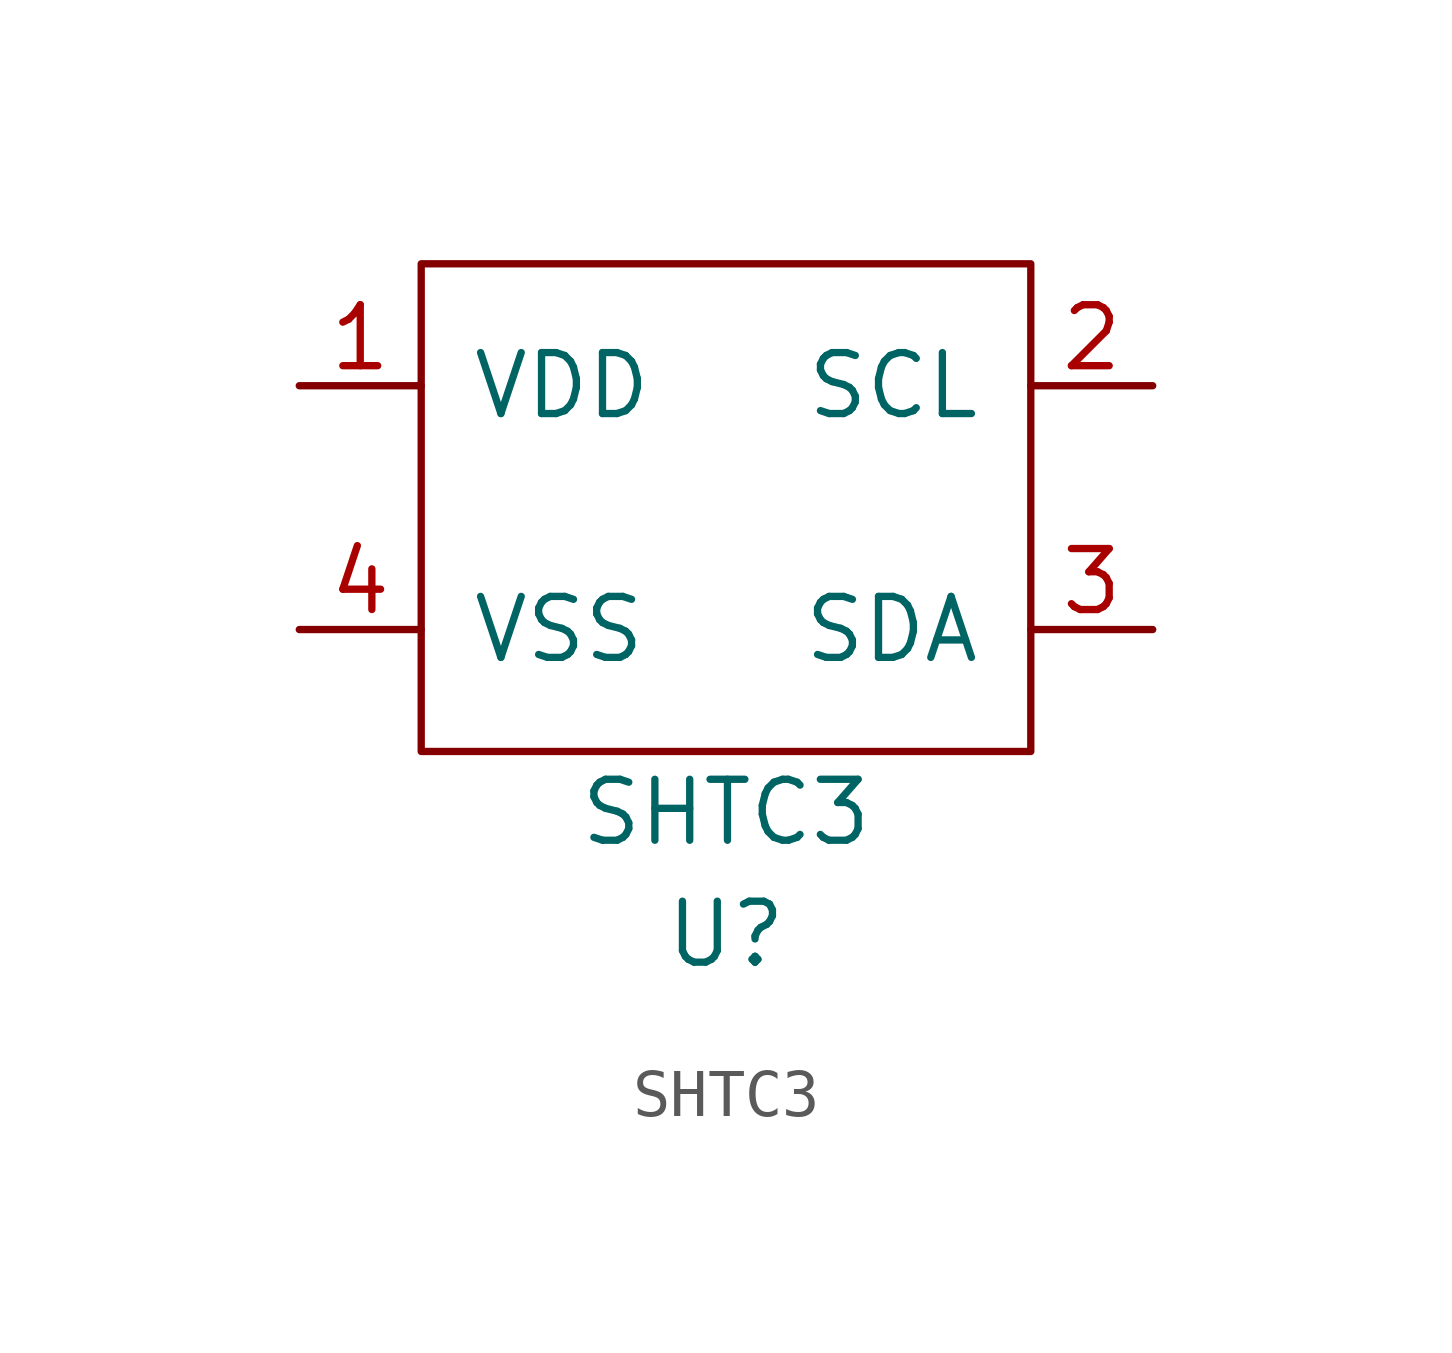
<source format=kicad_sym>
(kicad_symbol_lib
  (version 20211014)
  (generator kicad_symbol_editor)
  (symbol "SHTC3"
    (pin_names
      (offset 1.016))
    (property "Reference" "U"
      (at 0 -8.89 0)
      (effects (font (size 1.27 1.27))))
    (property "Value" "SHTC3"
      (at 0 -6.35 0)
      (effects (font (size 1.27 1.27))))
    (symbol "SHTC3_0_1"
      (rectangle (start -6.35 5.08) (end 6.35 -5.08) (stroke (width 0) (type default) (color 0 0 0 0)) (fill (type none))))
    (symbol "SHTC3_1_1"
      (pin power_in line (at -8.89 2.54 0) (length 2.54) (name "VDD" (effects (font (size 1.27 1.27)))) (number "1" (effects (font (size 1.27 1.27)))))
      (pin input line (at 8.89 2.54 180) (length 2.54) (name "SCL" (effects (font (size 1.27 1.27)))) (number "2" (effects (font (size 1.27 1.27)))))
      (pin bidirectional line (at 8.89 -2.54 180) (length 2.54) (name "SDA" (effects (font (size 1.27 1.27)))) (number "3" (effects (font (size 1.27 1.27)))))
      (pin power_in line (at -8.89 -2.54 0) (length 2.54) (name "VSS" (effects (font (size 1.27 1.27)))) (number "4" (effects (font (size 1.27 1.27)))))
      (pin power_in line (at -8.89 -2.54 0) (length 2.54) hide (name "PAD" (effects (font (size 1.27 1.27)))) (number "5" (effects (font (size 1.27 1.27))))))))
</source>
